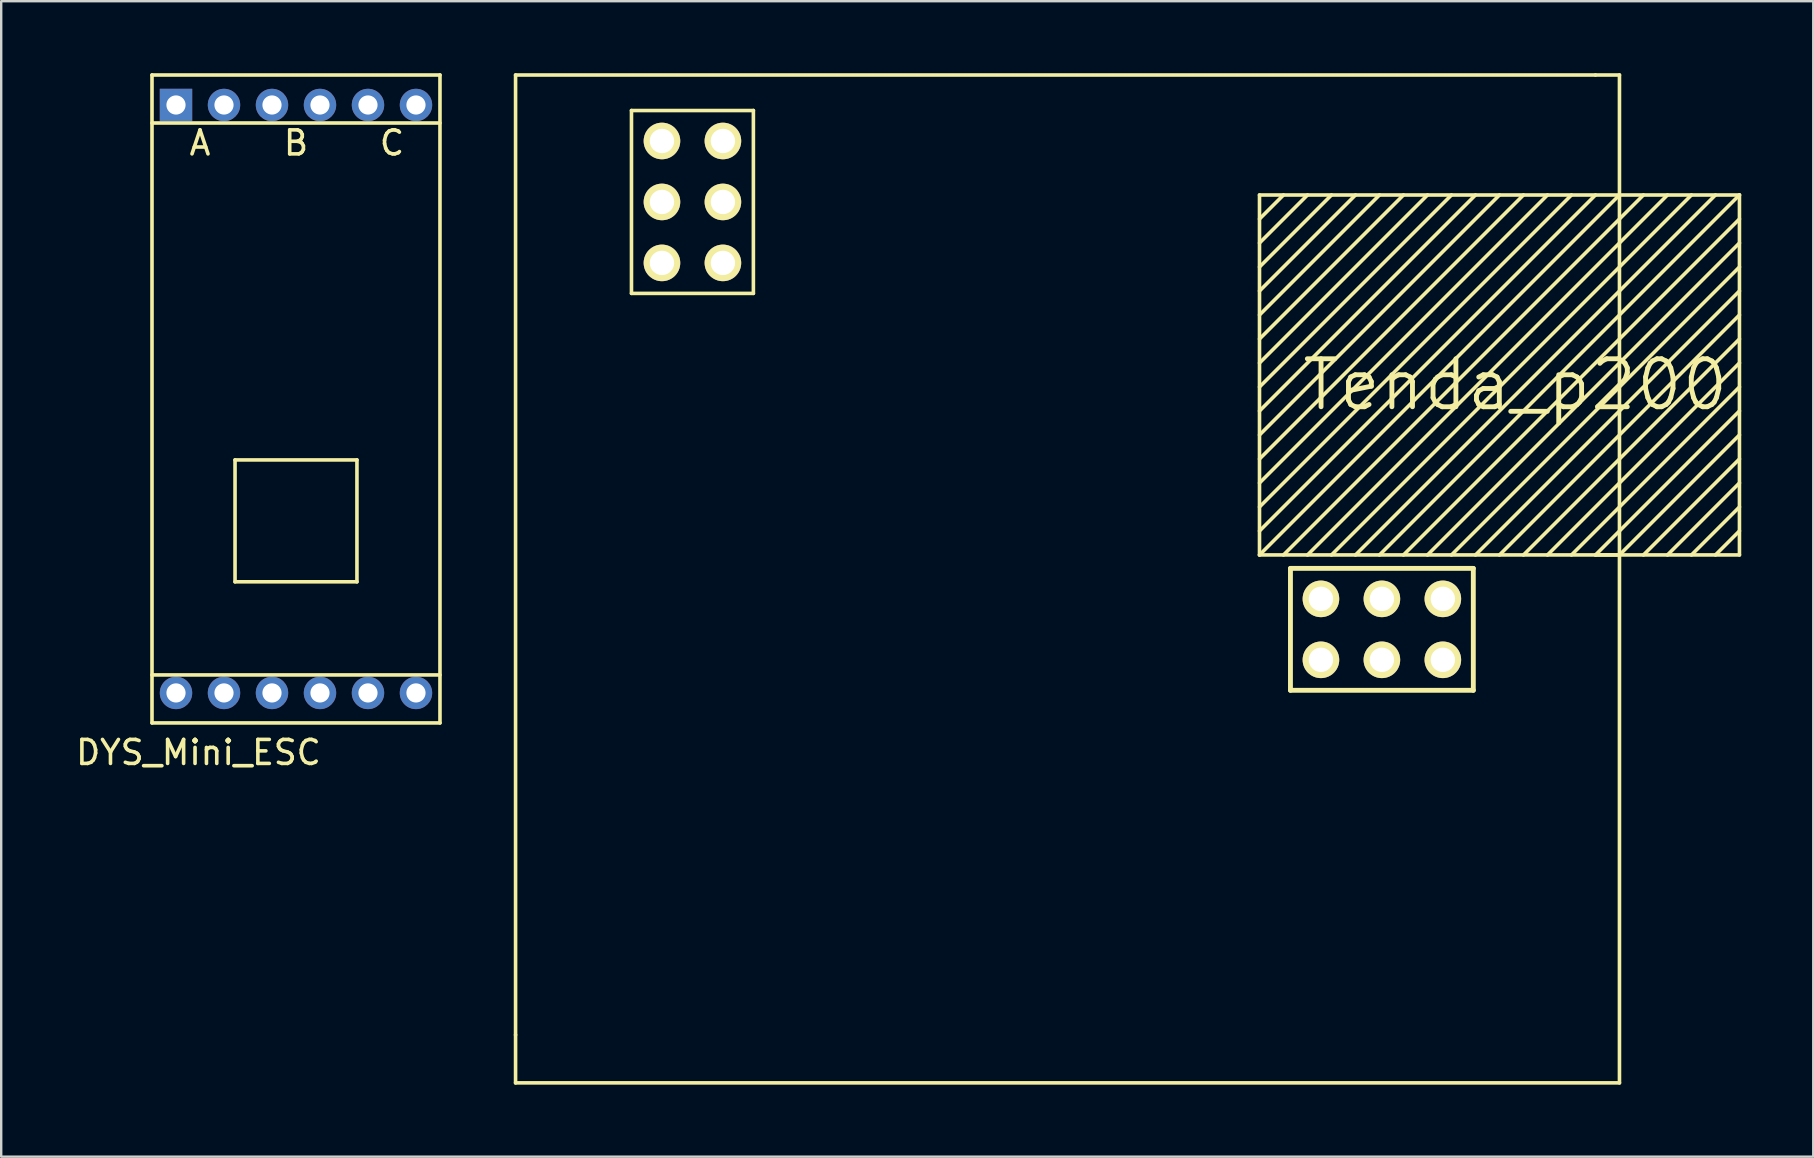
<source format=kicad_pcb>
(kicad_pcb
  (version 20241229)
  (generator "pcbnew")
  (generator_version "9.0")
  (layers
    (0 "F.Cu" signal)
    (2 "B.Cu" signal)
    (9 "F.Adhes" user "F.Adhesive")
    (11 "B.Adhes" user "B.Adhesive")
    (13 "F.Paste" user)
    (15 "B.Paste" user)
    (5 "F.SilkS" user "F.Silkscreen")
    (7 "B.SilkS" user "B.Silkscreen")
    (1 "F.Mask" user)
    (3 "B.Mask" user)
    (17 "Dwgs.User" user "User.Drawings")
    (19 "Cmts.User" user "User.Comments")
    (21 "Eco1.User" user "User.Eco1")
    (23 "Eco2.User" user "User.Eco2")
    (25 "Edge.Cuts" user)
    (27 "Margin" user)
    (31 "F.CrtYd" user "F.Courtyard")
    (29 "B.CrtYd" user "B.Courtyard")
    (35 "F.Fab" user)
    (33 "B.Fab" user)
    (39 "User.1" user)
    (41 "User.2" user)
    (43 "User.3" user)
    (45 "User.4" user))
  (footprint "DYS_Mini_ESC"
    (layer "F.Cu")
    (at 9.284 13.575)
    (property "Reference" "DYS_Mini_ESC" (at -4.064 14.732 0) (layer "F.SilkS") (effects (font (size 1 1) (thickness 0.15))))
    (attr through_hole)
    (fp_line (start -6 -13.5) (end -6 13.5) (stroke (width 0.15) (type solid)) (layer "F.SilkS"))
    (fp_line (start -6 -13.5) (end 6 -13.5) (stroke (width 0.15) (type solid)) (layer "F.SilkS"))
    (fp_line (start -6 -11.5) (end 6 -11.5) (stroke (width 0.15) (type solid)) (layer "F.SilkS"))
    (fp_line (start -6 11.5) (end 6 11.5) (stroke (width 0.15) (type solid)) (layer "F.SilkS"))
    (fp_line (start -2.54 2.54) (end -2.54 7.62) (stroke (width 0.15) (type solid)) (layer "F.SilkS"))
    (fp_line (start -2.54 7.62) (end 2.54 7.62) (stroke (width 0.15) (type solid)) (layer "F.SilkS"))
    (fp_line (start 2.54 2.54) (end -2.54 2.54) (stroke (width 0.15) (type solid)) (layer "F.SilkS"))
    (fp_line (start 2.54 7.62) (end 2.54 2.54) (stroke (width 0.15) (type solid)) (layer "F.SilkS"))
    (fp_line (start 6 -13.5) (end 6 13.5) (stroke (width 0.15) (type solid)) (layer "F.SilkS"))
    (fp_line (start 6 13.5) (end -6 13.5) (stroke (width 0.15) (type solid)) (layer "F.SilkS"))
    (fp_text user "C" (at 4 -10.668 0) (layer "F.SilkS") (effects (font (size 1 1) (thickness 0.15))))
    (fp_text user "B" (at 0 -10.668 0) (layer "F.SilkS") (effects (font (size 1 1) (thickness 0.15))))
    (fp_text user "A" (at -4 -10.668 0) (layer "F.SilkS") (effects (font (size 1 1) (thickness 0.15))))
    (pad "1" thru_hole circle (at 1 12.25 90) (size 1.35 1.35) (drill 0.8) (layers "*.Cu" "*.Mask"))
    (pad "1" thru_hole circle (at 3 12.25 90) (size 1.35 1.35) (drill 0.8) (layers "*.Cu" "*.Mask"))
    (pad "1" thru_hole circle (at 5 12.25 90) (size 1.35 1.35) (drill 0.8) (layers "*.Cu" "*.Mask"))
    (pad "2" thru_hole circle (at -1 12.25 90) (size 1.35 1.35) (drill 0.8) (layers "*.Cu" "*.Mask"))
    (pad "3" thru_hole circle (at -5 12.25 90) (size 1.35 1.35) (drill 0.8) (layers "*.Cu" "*.Mask"))
    (pad "3" thru_hole circle (at -3 12.25 90) (size 1.35 1.35) (drill 0.8) (layers "*.Cu" "*.Mask"))
    (pad "4" thru_hole rect (at -5 -12.25 90) (size 1.35 1.35) (drill 0.8) (layers "*.Cu" "*.Mask"))
    (pad "4" thru_hole circle (at -3 -12.25 90) (size 1.35 1.35) (drill 0.8) (layers "*.Cu" "*.Mask"))
    (pad "5" thru_hole circle (at -1 -12.25 90) (size 1.35 1.35) (drill 0.8) (layers "*.Cu" "*.Mask"))
    (pad "5" thru_hole circle (at 1 -12.25 90) (size 1.35 1.35) (drill 0.8) (layers "*.Cu" "*.Mask"))
    (pad "6" thru_hole circle (at 3 -12.25 90) (size 1.35 1.35) (drill 0.8) (layers "*.Cu" "*.Mask"))
    (pad "6" thru_hole circle (at 5 -12.25 90) (size 1.35 1.35) (drill 0.8) (layers "*.Cu" "*.Mask")))
  (footprint "Tenda_p200"
    (layer "F.Cu")
    (at 40.894 21.025)
    (property "Reference" "Tenda_p200" (at 19.2 -8.04 0) (layer "F.SilkS") (effects (font (size 2 2) (thickness 0.203))))
    (attr through_hole)
    (fp_line (start -22.46 -20.95) (end -22.46 19.05) (stroke (width 0.15) (type solid)) (layer "F.SilkS"))
    (fp_line (start -22.46 -20.95) (end 22.54 -20.95) (stroke (width 0.15) (type solid)) (layer "F.SilkS"))
    (fp_line (start -22.46 19.05) (end -22.46 21.05) (stroke (width 0.15) (type solid)) (layer "F.SilkS"))
    (fp_line (start -22.46 21.05) (end 23.54 21.05) (stroke (width 0.15) (type solid)) (layer "F.SilkS"))
    (fp_line (start -17.63 -19.47) (end -12.55 -19.47) (stroke (width 0.15) (type solid)) (layer "F.SilkS"))
    (fp_line (start -17.63 -11.85) (end -17.63 -19.47) (stroke (width 0.15) (type solid)) (layer "F.SilkS"))
    (fp_line (start -12.55 -19.47) (end -12.55 -11.85) (stroke (width 0.15) (type solid)) (layer "F.SilkS"))
    (fp_line (start -12.55 -11.85) (end -17.63 -11.85) (stroke (width 0.15) (type solid)) (layer "F.SilkS"))
    (fp_line (start 8.54 -15.95) (end 8.54 -0.95) (stroke (width 0.15) (type solid)) (layer "F.SilkS"))
    (fp_line (start 8.54 -0.95) (end 23.54 -0.95) (stroke (width 0.15) (type solid)) (layer "F.SilkS"))
    (fp_line (start 9.54 -15.95) (end 8.54 -14.95) (stroke (width 0.15) (type solid)) (layer "F.SilkS"))
    (fp_line (start 9.83 -0.39) (end 17.45 -0.39) (stroke (width 0.203) (type solid)) (layer "F.SilkS"))
    (fp_line (start 9.83 4.69) (end 9.83 -0.39) (stroke (width 0.203) (type solid)) (layer "F.SilkS"))
    (fp_line (start 10.54 -15.95) (end 8.54 -13.95) (stroke (width 0.15) (type solid)) (layer "F.SilkS"))
    (fp_line (start 11.54 -15.95) (end 8.54 -12.95) (stroke (width 0.15) (type solid)) (layer "F.SilkS"))
    (fp_line (start 12.54 -15.95) (end 8.54 -11.95) (stroke (width 0.15) (type solid)) (layer "F.SilkS"))
    (fp_line (start 13.54 -15.95) (end 8.54 -10.95) (stroke (width 0.15) (type solid)) (layer "F.SilkS"))
    (fp_line (start 14.54 -15.95) (end 8.54 -9.95) (stroke (width 0.15) (type solid)) (layer "F.SilkS"))
    (fp_line (start 15.54 -15.95) (end 8.54 -8.95) (stroke (width 0.15) (type solid)) (layer "F.SilkS"))
    (fp_line (start 16.54 -15.95) (end 8.54 -7.95) (stroke (width 0.15) (type solid)) (layer "F.SilkS"))
    (fp_line (start 17.45 -0.39) (end 17.45 4.69) (stroke (width 0.203) (type solid)) (layer "F.SilkS"))
    (fp_line (start 17.45 4.69) (end 9.83 4.69) (stroke (width 0.203) (type solid)) (layer "F.SilkS"))
    (fp_line (start 17.54 -15.95) (end 8.54 -6.95) (stroke (width 0.15) (type solid)) (layer "F.SilkS"))
    (fp_line (start 18.54 -15.95) (end 8.54 -5.95) (stroke (width 0.15) (type solid)) (layer "F.SilkS"))
    (fp_line (start 19.54 -15.95) (end 8.54 -4.95) (stroke (width 0.15) (type solid)) (layer "F.SilkS"))
    (fp_line (start 20.54 -15.95) (end 8.54 -3.95) (stroke (width 0.15) (type solid)) (layer "F.SilkS"))
    (fp_line (start 21.54 -15.95) (end 8.54 -2.95) (stroke (width 0.15) (type solid)) (layer "F.SilkS"))
    (fp_line (start 22.54 -20.95) (end 23.54 -20.95) (stroke (width 0.15) (type solid)) (layer "F.SilkS"))
    (fp_line (start 22.54 -15.95) (end 8.54 -1.95) (stroke (width 0.15) (type solid)) (layer "F.SilkS"))
    (fp_line (start 23.54 -15.95) (end 8.54 -15.95) (stroke (width 0.15) (type solid)) (layer "F.SilkS"))
    (fp_line (start 23.54 -15.95) (end 8.54 -0.95) (stroke (width 0.15) (type solid)) (layer "F.SilkS"))
    (fp_line (start 23.54 -15.95) (end 28.54 -15.95) (stroke (width 0.15) (type solid)) (layer "F.SilkS"))
    (fp_line (start 23.54 -0.95) (end 22.54 -0.95) (stroke (width 0.15) (type solid)) (layer "F.SilkS"))
    (fp_line (start 23.54 21.05) (end 23.54 -20.95) (stroke (width 0.15) (type solid)) (layer "F.SilkS"))
    (fp_line (start 24.54 -15.95) (end 9.54 -0.95) (stroke (width 0.15) (type solid)) (layer "F.SilkS"))
    (fp_line (start 25.54 -15.95) (end 10.54 -0.95) (stroke (width 0.15) (type solid)) (layer "F.SilkS"))
    (fp_line (start 26.54 -15.95) (end 11.54 -0.95) (stroke (width 0.15) (type solid)) (layer "F.SilkS"))
    (fp_line (start 27.54 -15.95) (end 12.54 -0.95) (stroke (width 0.15) (type solid)) (layer "F.SilkS"))
    (fp_line (start 28.54 -15.95) (end 13.54 -0.95) (stroke (width 0.15) (type solid)) (layer "F.SilkS"))
    (fp_line (start 28.54 -15.95) (end 28.54 -0.95) (stroke (width 0.15) (type solid)) (layer "F.SilkS"))
    (fp_line (start 28.54 -14.95) (end 14.54 -0.95) (stroke (width 0.15) (type solid)) (layer "F.SilkS"))
    (fp_line (start 28.54 -13.95) (end 15.54 -0.95) (stroke (width 0.15) (type solid)) (layer "F.SilkS"))
    (fp_line (start 28.54 -12.95) (end 16.54 -0.95) (stroke (width 0.15) (type solid)) (layer "F.SilkS"))
    (fp_line (start 28.54 -11.95) (end 17.54 -0.95) (stroke (width 0.15) (type solid)) (layer "F.SilkS"))
    (fp_line (start 28.54 -10.95) (end 18.54 -0.95) (stroke (width 0.15) (type solid)) (layer "F.SilkS"))
    (fp_line (start 28.54 -9.95) (end 19.54 -0.95) (stroke (width 0.15) (type solid)) (layer "F.SilkS"))
    (fp_line (start 28.54 -8.95) (end 20.54 -0.95) (stroke (width 0.15) (type solid)) (layer "F.SilkS"))
    (fp_line (start 28.54 -7.95) (end 21.54 -0.95) (stroke (width 0.15) (type solid)) (layer "F.SilkS"))
    (fp_line (start 28.54 -6.95) (end 22.54 -0.95) (stroke (width 0.15) (type solid)) (layer "F.SilkS"))
    (fp_line (start 28.54 -5.95) (end 23.54 -0.95) (stroke (width 0.15) (type solid)) (layer "F.SilkS"))
    (fp_line (start 28.54 -4.95) (end 24.54 -0.95) (stroke (width 0.15) (type solid)) (layer "F.SilkS"))
    (fp_line (start 28.54 -3.95) (end 25.54 -0.95) (stroke (width 0.15) (type solid)) (layer "F.SilkS"))
    (fp_line (start 28.54 -2.95) (end 26.54 -0.95) (stroke (width 0.15) (type solid)) (layer "F.SilkS"))
    (fp_line (start 28.54 -1.95) (end 27.54 -0.95) (stroke (width 0.15) (type solid)) (layer "F.SilkS"))
    (fp_line (start 28.54 -0.95) (end 23.54 -0.95) (stroke (width 0.15) (type solid)) (layer "F.SilkS"))
    (pad "3V3" thru_hole circle (at 11.1 0.88) (size 1.524 1.524) (drill 1.016) (layers "*.Cu" "*.Mask" "F.SilkS"))
    (pad "3V3" thru_hole circle (at 11.1 3.42) (size 1.524 1.524) (drill 1.016) (layers "*.Cu" "*.Mask" "F.SilkS"))
    (pad "C" thru_hole circle (at 13.64 3.42) (size 1.524 1.524) (drill 1.016) (layers "*.Cu" "*.Mask" "F.SilkS"))
    (pad "E" thru_hole circle (at 16.18 3.42) (size 1.524 1.524) (drill 1.016) (layers "*.Cu" "*.Mask" "F.SilkS"))
    (pad "GND" thru_hole circle (at 16.18 0.88) (size 1.524 1.524) (drill 1.016) (layers "*.Cu" "*.Mask" "F.SilkS"))
    (pad "NC" thru_hole circle (at -16.36 -15.66 90) (size 1.524 1.524) (drill 1.016) (layers "*.Cu" "*.Mask" "F.SilkS"))
    (pad "NC" thru_hole circle (at -13.82 -15.66 90) (size 1.524 1.524) (drill 1.016) (layers "*.Cu" "*.Mask" "F.SilkS"))
    (pad "P" thru_hole circle (at 13.64 0.88) (size 1.524 1.524) (drill 1.016) (layers "*.Cu" "*.Mask" "F.SilkS"))
    (pad "T_+" thru_hole circle (at -16.36 -13.12 90) (size 1.524 1.524) (drill 1.016) (layers "*.Cu" "*.Mask" "F.SilkS"))
    (pad "T_+" thru_hole circle (at -13.82 -13.12 90) (size 1.524 1.524) (drill 1.016) (layers "*.Cu" "*.Mask" "F.SilkS"))
    (pad "T_-" thru_hole circle (at -16.36 -18.2 90) (size 1.524 1.524) (drill 1.016) (layers "*.Cu" "*.Mask" "F.SilkS"))
    (pad "T_-" thru_hole circle (at -13.82 -18.2 90) (size 1.524 1.524) (drill 1.016) (layers "*.Cu" "*.Mask" "F.SilkS")))
  (gr_rect
    (start -3 -3)
    (end 72.509 45.15)
    (stroke (width 0.1) (type default))
    (fill no)
    (layer "Edge.Cuts")))
</source>
